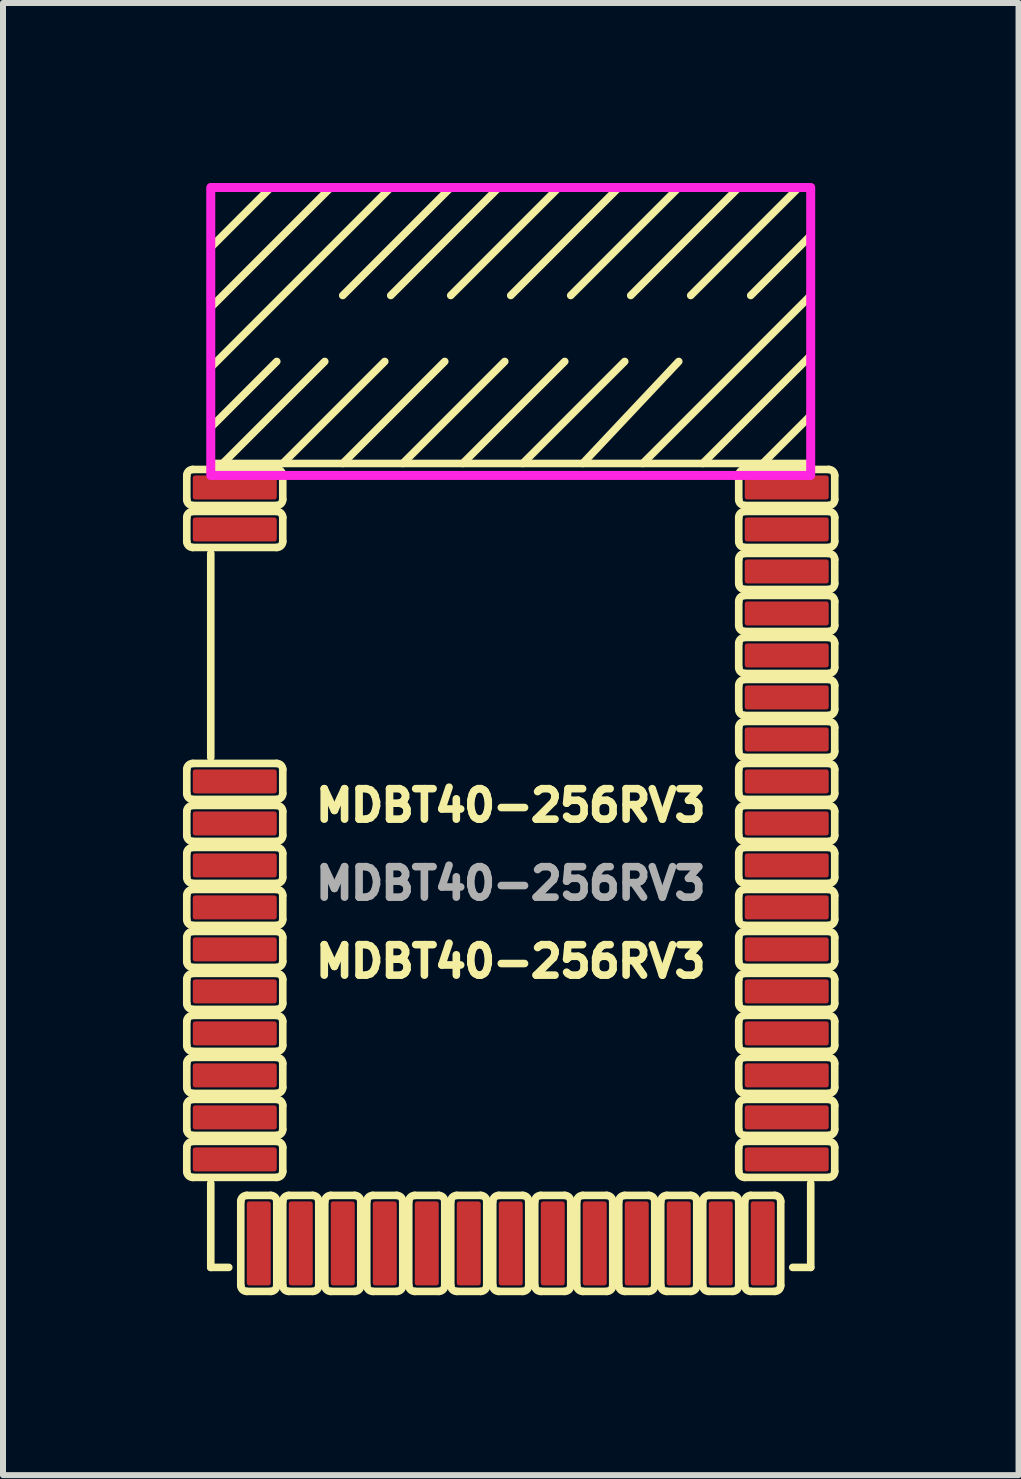
<source format=kicad_pcb>
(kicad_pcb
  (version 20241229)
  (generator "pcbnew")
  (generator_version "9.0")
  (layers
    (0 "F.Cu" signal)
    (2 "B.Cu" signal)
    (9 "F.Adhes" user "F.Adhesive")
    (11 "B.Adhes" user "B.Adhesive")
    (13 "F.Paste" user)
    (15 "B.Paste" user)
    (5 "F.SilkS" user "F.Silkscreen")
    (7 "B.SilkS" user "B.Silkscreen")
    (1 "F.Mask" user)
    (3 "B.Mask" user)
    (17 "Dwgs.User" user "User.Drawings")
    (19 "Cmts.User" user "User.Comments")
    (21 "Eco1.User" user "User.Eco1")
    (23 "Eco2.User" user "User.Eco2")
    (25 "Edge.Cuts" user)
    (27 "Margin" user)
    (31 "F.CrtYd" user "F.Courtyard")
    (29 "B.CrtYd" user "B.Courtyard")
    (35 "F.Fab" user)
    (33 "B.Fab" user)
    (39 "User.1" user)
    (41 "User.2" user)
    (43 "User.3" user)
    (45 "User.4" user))
  (footprint "MDBT40-256RV3"
    (layer "F.Cu")
    (at 5.463 10.675)
    (property "Reference" "MDBT40-256RV3" (at 0 -0.3 180) (layer "F.SilkS") (effects (font (size 0.508 0.508) (thickness 0.127))))
    (attr smd)
    (fp_line (start -5.4 -5.4) (end -5.4 -5.8) (stroke (width 0.127) (type solid)) (layer "F.SilkS"))
    (fp_line (start -5.4 -4.7) (end -5.4 -5.1) (stroke (width 0.127) (type solid)) (layer "F.SilkS"))
    (fp_line (start -5.4 -0.9) (end -5.4 -0.5) (stroke (width 0.127) (type solid)) (layer "F.SilkS"))
    (fp_line (start -5.4 -0.2) (end -5.4 0.2) (stroke (width 0.127) (type solid)) (layer "F.SilkS"))
    (fp_line (start -5.4 0.5) (end -5.4 0.9) (stroke (width 0.127) (type solid)) (layer "F.SilkS"))
    (fp_line (start -5.4 1.2) (end -5.4 1.6) (stroke (width 0.127) (type solid)) (layer "F.SilkS"))
    (fp_line (start -5.4 1.9) (end -5.4 2.3) (stroke (width 0.127) (type solid)) (layer "F.SilkS"))
    (fp_line (start -5.4 2.6) (end -5.4 3) (stroke (width 0.127) (type solid)) (layer "F.SilkS"))
    (fp_line (start -5.4 3.3) (end -5.4 3.7) (stroke (width 0.127) (type solid)) (layer "F.SilkS"))
    (fp_line (start -5.4 4) (end -5.4 4.4) (stroke (width 0.127) (type solid)) (layer "F.SilkS"))
    (fp_line (start -5.4 4.7) (end -5.4 5.1) (stroke (width 0.127) (type solid)) (layer "F.SilkS"))
    (fp_line (start -5.4 5.4) (end -5.4 5.8) (stroke (width 0.127) (type solid)) (layer "F.SilkS"))
    (fp_line (start -5.3 -5.9) (end -3.9 -5.9) (stroke (width 0.127) (type solid)) (layer "F.SilkS"))
    (fp_line (start -5.3 -5.3) (end -3.9 -5.3) (stroke (width 0.127) (type solid)) (layer "F.SilkS"))
    (fp_line (start -5.3 -5.2) (end -3.9 -5.2) (stroke (width 0.127) (type solid)) (layer "F.SilkS"))
    (fp_line (start -5.3 -4.6) (end -3.9 -4.6) (stroke (width 0.127) (type solid)) (layer "F.SilkS"))
    (fp_line (start -5 -10.6) (end -5 -6) (stroke (width 0.127) (type solid)) (layer "F.SilkS"))
    (fp_line (start -5 -10.6) (end 5 -10.6) (stroke (width 0.127) (type solid)) (layer "F.SilkS"))
    (fp_line (start -5 -9.6) (end -4 -10.6) (stroke (width 0.127) (type solid)) (layer "F.SilkS"))
    (fp_line (start -5 -9.1) (end -5 -8.6) (stroke (width 0.127) (type solid)) (layer "F.SilkS"))
    (fp_line (start -5 -8.6) (end -3 -10.6) (stroke (width 0.127) (type solid)) (layer "F.SilkS"))
    (fp_line (start -5 -7.6) (end -2 -10.6) (stroke (width 0.127) (type solid)) (layer "F.SilkS"))
    (fp_line (start -5 -6) (end 5 -6) (stroke (width 0.127) (type solid)) (layer "F.SilkS"))
    (fp_line (start -5 -4.5) (end -5 -1.1) (stroke (width 0.127) (type solid)) (layer "F.SilkS"))
    (fp_line (start -5 6) (end -5 7.4) (stroke (width 0.127) (type solid)) (layer "F.SilkS"))
    (fp_line (start -5 7.4) (end -4.7 7.4) (stroke (width 0.127) (type solid)) (layer "F.SilkS"))
    (fp_line (start -4.5 7.7) (end -4.5 6.3) (stroke (width 0.127) (type solid)) (layer "F.SilkS"))
    (fp_line (start -4 -10.6) (end -3.5 -10.6) (stroke (width 0.127) (type solid)) (layer "F.SilkS"))
    (fp_line (start -4 6.2) (end -4.4 6.2) (stroke (width 0.127) (type solid)) (layer "F.SilkS"))
    (fp_line (start -4 7.8) (end -4.4 7.8) (stroke (width 0.127) (type solid)) (layer "F.SilkS"))
    (fp_line (start -3.9 -7.7) (end -5 -6.6) (stroke (width 0.127) (type solid)) (layer "F.SilkS"))
    (fp_line (start -3.9 -1) (end -5.3 -1) (stroke (width 0.127) (type solid)) (layer "F.SilkS"))
    (fp_line (start -3.9 -0.4) (end -5.3 -0.4) (stroke (width 0.127) (type solid)) (layer "F.SilkS"))
    (fp_line (start -3.9 -0.3) (end -5.3 -0.3) (stroke (width 0.127) (type solid)) (layer "F.SilkS"))
    (fp_line (start -3.9 0.3) (end -5.3 0.3) (stroke (width 0.127) (type solid)) (layer "F.SilkS"))
    (fp_line (start -3.9 0.4) (end -5.3 0.4) (stroke (width 0.127) (type solid)) (layer "F.SilkS"))
    (fp_line (start -3.9 1) (end -5.3 1) (stroke (width 0.127) (type solid)) (layer "F.SilkS"))
    (fp_line (start -3.9 1.1) (end -5.3 1.1) (stroke (width 0.127) (type solid)) (layer "F.SilkS"))
    (fp_line (start -3.9 1.7) (end -5.3 1.7) (stroke (width 0.127) (type solid)) (layer "F.SilkS"))
    (fp_line (start -3.9 1.8) (end -5.3 1.8) (stroke (width 0.127) (type solid)) (layer "F.SilkS"))
    (fp_line (start -3.9 2.4) (end -5.3 2.4) (stroke (width 0.127) (type solid)) (layer "F.SilkS"))
    (fp_line (start -3.9 2.5) (end -5.3 2.5) (stroke (width 0.127) (type solid)) (layer "F.SilkS"))
    (fp_line (start -3.9 3.1) (end -5.3 3.1) (stroke (width 0.127) (type solid)) (layer "F.SilkS"))
    (fp_line (start -3.9 3.2) (end -5.3 3.2) (stroke (width 0.127) (type solid)) (layer "F.SilkS"))
    (fp_line (start -3.9 3.8) (end -5.3 3.8) (stroke (width 0.127) (type solid)) (layer "F.SilkS"))
    (fp_line (start -3.9 3.9) (end -5.3 3.9) (stroke (width 0.127) (type solid)) (layer "F.SilkS"))
    (fp_line (start -3.9 4.5) (end -5.3 4.5) (stroke (width 0.127) (type solid)) (layer "F.SilkS"))
    (fp_line (start -3.9 4.6) (end -5.3 4.6) (stroke (width 0.127) (type solid)) (layer "F.SilkS"))
    (fp_line (start -3.9 5.2) (end -5.3 5.2) (stroke (width 0.127) (type solid)) (layer "F.SilkS"))
    (fp_line (start -3.9 5.3) (end -5.3 5.3) (stroke (width 0.127) (type solid)) (layer "F.SilkS"))
    (fp_line (start -3.9 5.9) (end -5.3 5.9) (stroke (width 0.127) (type solid)) (layer "F.SilkS"))
    (fp_line (start -3.9 7.7) (end -3.9 6.3) (stroke (width 0.127) (type solid)) (layer "F.SilkS"))
    (fp_line (start -3.8 -5.4) (end -3.8 -5.8) (stroke (width 0.127) (type solid)) (layer "F.SilkS"))
    (fp_line (start -3.8 -4.7) (end -3.8 -5.1) (stroke (width 0.127) (type solid)) (layer "F.SilkS"))
    (fp_line (start -3.8 -0.9) (end -3.8 -0.5) (stroke (width 0.127) (type solid)) (layer "F.SilkS"))
    (fp_line (start -3.8 -0.2) (end -3.8 0.2) (stroke (width 0.127) (type solid)) (layer "F.SilkS"))
    (fp_line (start -3.8 0.5) (end -3.8 0.9) (stroke (width 0.127) (type solid)) (layer "F.SilkS"))
    (fp_line (start -3.8 1.2) (end -3.8 1.6) (stroke (width 0.127) (type solid)) (layer "F.SilkS"))
    (fp_line (start -3.8 1.9) (end -3.8 2.3) (stroke (width 0.127) (type solid)) (layer "F.SilkS"))
    (fp_line (start -3.8 2.6) (end -3.8 3) (stroke (width 0.127) (type solid)) (layer "F.SilkS"))
    (fp_line (start -3.8 3.3) (end -3.8 3.7) (stroke (width 0.127) (type solid)) (layer "F.SilkS"))
    (fp_line (start -3.8 4) (end -3.8 4.4) (stroke (width 0.127) (type solid)) (layer "F.SilkS"))
    (fp_line (start -3.8 4.7) (end -3.8 5.1) (stroke (width 0.127) (type solid)) (layer "F.SilkS"))
    (fp_line (start -3.8 5.4) (end -3.8 5.8) (stroke (width 0.127) (type solid)) (layer "F.SilkS"))
    (fp_line (start -3.8 7.7) (end -3.8 6.3) (stroke (width 0.127) (type solid)) (layer "F.SilkS"))
    (fp_line (start -3.3 6.2) (end -3.7 6.2) (stroke (width 0.127) (type solid)) (layer "F.SilkS"))
    (fp_line (start -3.3 7.8) (end -3.7 7.8) (stroke (width 0.127) (type solid)) (layer "F.SilkS"))
    (fp_line (start -3.2 7.7) (end -3.2 6.3) (stroke (width 0.127) (type solid)) (layer "F.SilkS"))
    (fp_line (start -3.1 -7.7) (end -4.8 -6) (stroke (width 0.127) (type solid)) (layer "F.SilkS"))
    (fp_line (start -3.1 7.7) (end -3.1 6.3) (stroke (width 0.127) (type solid)) (layer "F.SilkS"))
    (fp_line (start -2.6 6.2) (end -3 6.2) (stroke (width 0.127) (type solid)) (layer "F.SilkS"))
    (fp_line (start -2.6 7.8) (end -3 7.8) (stroke (width 0.127) (type solid)) (layer "F.SilkS"))
    (fp_line (start -2.5 7.7) (end -2.5 6.3) (stroke (width 0.127) (type solid)) (layer "F.SilkS"))
    (fp_line (start -2.4 7.7) (end -2.4 6.3) (stroke (width 0.127) (type solid)) (layer "F.SilkS"))
    (fp_line (start -2.1 -7.7) (end -3.8 -6) (stroke (width 0.127) (type solid)) (layer "F.SilkS"))
    (fp_line (start -2 -10.6) (end -1 -10.6) (stroke (width 0.127) (type solid)) (layer "F.SilkS"))
    (fp_line (start -1.9 6.2) (end -2.3 6.2) (stroke (width 0.127) (type solid)) (layer "F.SilkS"))
    (fp_line (start -1.9 7.8) (end -2.3 7.8) (stroke (width 0.127) (type solid)) (layer "F.SilkS"))
    (fp_line (start -1.8 7.7) (end -1.8 6.3) (stroke (width 0.127) (type solid)) (layer "F.SilkS"))
    (fp_line (start -1.7 7.7) (end -1.7 6.3) (stroke (width 0.127) (type solid)) (layer "F.SilkS"))
    (fp_line (start -1.2 6.2) (end -1.6 6.2) (stroke (width 0.127) (type solid)) (layer "F.SilkS"))
    (fp_line (start -1.2 7.8) (end -1.6 7.8) (stroke (width 0.127) (type solid)) (layer "F.SilkS"))
    (fp_line (start -1.1 -7.7) (end -2.8 -6) (stroke (width 0.127) (type solid)) (layer "F.SilkS"))
    (fp_line (start -1.1 7.7) (end -1.1 6.3) (stroke (width 0.127) (type solid)) (layer "F.SilkS"))
    (fp_line (start -1 -10.6) (end -2.8 -8.8) (stroke (width 0.127) (type solid)) (layer "F.SilkS"))
    (fp_line (start -1 7.7) (end -1 6.3) (stroke (width 0.127) (type solid)) (layer "F.SilkS"))
    (fp_line (start -0.5 6.2) (end -0.9 6.2) (stroke (width 0.127) (type solid)) (layer "F.SilkS"))
    (fp_line (start -0.5 7.8) (end -0.9 7.8) (stroke (width 0.127) (type solid)) (layer "F.SilkS"))
    (fp_line (start -0.4 7.7) (end -0.4 6.3) (stroke (width 0.127) (type solid)) (layer "F.SilkS"))
    (fp_line (start -0.3 7.7) (end -0.3 6.3) (stroke (width 0.127) (type solid)) (layer "F.SilkS"))
    (fp_line (start -0.2 -10.6) (end -2 -8.8) (stroke (width 0.127) (type solid)) (layer "F.SilkS"))
    (fp_line (start -0.1 -7.7) (end -1.8 -6) (stroke (width 0.127) (type solid)) (layer "F.SilkS"))
    (fp_line (start 0.2 6.2) (end -0.2 6.2) (stroke (width 0.127) (type solid)) (layer "F.SilkS"))
    (fp_line (start 0.2 7.8) (end -0.2 7.8) (stroke (width 0.127) (type solid)) (layer "F.SilkS"))
    (fp_line (start 0.3 7.7) (end 0.3 6.3) (stroke (width 0.127) (type solid)) (layer "F.SilkS"))
    (fp_line (start 0.4 7.7) (end 0.4 6.3) (stroke (width 0.127) (type solid)) (layer "F.SilkS"))
    (fp_line (start 0.8 -10.6) (end -1 -8.8) (stroke (width 0.127) (type solid)) (layer "F.SilkS"))
    (fp_line (start 0.9 -7.7) (end -0.8 -6) (stroke (width 0.127) (type solid)) (layer "F.SilkS"))
    (fp_line (start 0.9 6.2) (end 0.5 6.2) (stroke (width 0.127) (type solid)) (layer "F.SilkS"))
    (fp_line (start 0.9 7.8) (end 0.5 7.8) (stroke (width 0.127) (type solid)) (layer "F.SilkS"))
    (fp_line (start 1 7.7) (end 1 6.3) (stroke (width 0.127) (type solid)) (layer "F.SilkS"))
    (fp_line (start 1.1 7.7) (end 1.1 6.3) (stroke (width 0.127) (type solid)) (layer "F.SilkS"))
    (fp_line (start 1.2 -6) (end 2.8 -7.7) (stroke (width 0.127) (type solid)) (layer "F.SilkS"))
    (fp_line (start 1.6 6.2) (end 1.2 6.2) (stroke (width 0.127) (type solid)) (layer "F.SilkS"))
    (fp_line (start 1.6 7.8) (end 1.2 7.8) (stroke (width 0.127) (type solid)) (layer "F.SilkS"))
    (fp_line (start 1.7 7.7) (end 1.7 6.3) (stroke (width 0.127) (type solid)) (layer "F.SilkS"))
    (fp_line (start 1.8 -10.6) (end 0 -8.8) (stroke (width 0.127) (type solid)) (layer "F.SilkS"))
    (fp_line (start 1.8 7.7) (end 1.8 6.3) (stroke (width 0.127) (type solid)) (layer "F.SilkS"))
    (fp_line (start 1.9 -7.7) (end 0.2 -6) (stroke (width 0.127) (type solid)) (layer "F.SilkS"))
    (fp_line (start 2.3 6.2) (end 1.9 6.2) (stroke (width 0.127) (type solid)) (layer "F.SilkS"))
    (fp_line (start 2.3 7.8) (end 1.9 7.8) (stroke (width 0.127) (type solid)) (layer "F.SilkS"))
    (fp_line (start 2.4 7.7) (end 2.4 6.3) (stroke (width 0.127) (type solid)) (layer "F.SilkS"))
    (fp_line (start 2.5 7.7) (end 2.5 6.3) (stroke (width 0.127) (type solid)) (layer "F.SilkS"))
    (fp_line (start 2.8 -10.6) (end 1 -8.8) (stroke (width 0.127) (type solid)) (layer "F.SilkS"))
    (fp_line (start 3 6.2) (end 2.6 6.2) (stroke (width 0.127) (type solid)) (layer "F.SilkS"))
    (fp_line (start 3 7.8) (end 2.6 7.8) (stroke (width 0.127) (type solid)) (layer "F.SilkS"))
    (fp_line (start 3.1 7.7) (end 3.1 6.3) (stroke (width 0.127) (type solid)) (layer "F.SilkS"))
    (fp_line (start 3.2 7.7) (end 3.2 6.3) (stroke (width 0.127) (type solid)) (layer "F.SilkS"))
    (fp_line (start 3.7 6.2) (end 3.3 6.2) (stroke (width 0.127) (type solid)) (layer "F.SilkS"))
    (fp_line (start 3.7 7.8) (end 3.3 7.8) (stroke (width 0.127) (type solid)) (layer "F.SilkS"))
    (fp_line (start 3.8 -10.6) (end 2 -8.8) (stroke (width 0.127) (type solid)) (layer "F.SilkS"))
    (fp_line (start 3.8 -5.4) (end 3.8 -5.8) (stroke (width 0.127) (type solid)) (layer "F.SilkS"))
    (fp_line (start 3.8 -4.7) (end 3.8 -5.1) (stroke (width 0.127) (type solid)) (layer "F.SilkS"))
    (fp_line (start 3.8 -4) (end 3.8 -4.4) (stroke (width 0.127) (type solid)) (layer "F.SilkS"))
    (fp_line (start 3.8 -3.3) (end 3.8 -3.7) (stroke (width 0.127) (type solid)) (layer "F.SilkS"))
    (fp_line (start 3.8 -2.6) (end 3.8 -3) (stroke (width 0.127) (type solid)) (layer "F.SilkS"))
    (fp_line (start 3.8 -1.9) (end 3.8 -2.3) (stroke (width 0.127) (type solid)) (layer "F.SilkS"))
    (fp_line (start 3.8 -1.2) (end 3.8 -1.6) (stroke (width 0.127) (type solid)) (layer "F.SilkS"))
    (fp_line (start 3.8 -0.5) (end 3.8 -0.9) (stroke (width 0.127) (type solid)) (layer "F.SilkS"))
    (fp_line (start 3.8 0.2) (end 3.8 -0.2) (stroke (width 0.127) (type solid)) (layer "F.SilkS"))
    (fp_line (start 3.8 0.9) (end 3.8 0.5) (stroke (width 0.127) (type solid)) (layer "F.SilkS"))
    (fp_line (start 3.8 1.6) (end 3.8 1.2) (stroke (width 0.127) (type solid)) (layer "F.SilkS"))
    (fp_line (start 3.8 2.3) (end 3.8 1.9) (stroke (width 0.127) (type solid)) (layer "F.SilkS"))
    (fp_line (start 3.8 3) (end 3.8 2.6) (stroke (width 0.127) (type solid)) (layer "F.SilkS"))
    (fp_line (start 3.8 3.7) (end 3.8 3.3) (stroke (width 0.127) (type solid)) (layer "F.SilkS"))
    (fp_line (start 3.8 4.4) (end 3.8 4) (stroke (width 0.127) (type solid)) (layer "F.SilkS"))
    (fp_line (start 3.8 5.1) (end 3.8 4.7) (stroke (width 0.127) (type solid)) (layer "F.SilkS"))
    (fp_line (start 3.8 5.8) (end 3.8 5.4) (stroke (width 0.127) (type solid)) (layer "F.SilkS"))
    (fp_line (start 3.8 7.7) (end 3.8 6.3) (stroke (width 0.127) (type solid)) (layer "F.SilkS"))
    (fp_line (start 3.9 -5.9) (end 5.3 -5.9) (stroke (width 0.127) (type solid)) (layer "F.SilkS"))
    (fp_line (start 3.9 -5.3) (end 5.3 -5.3) (stroke (width 0.127) (type solid)) (layer "F.SilkS"))
    (fp_line (start 3.9 -5.2) (end 5.3 -5.2) (stroke (width 0.127) (type solid)) (layer "F.SilkS"))
    (fp_line (start 3.9 -4.6) (end 5.3 -4.6) (stroke (width 0.127) (type solid)) (layer "F.SilkS"))
    (fp_line (start 3.9 -4.5) (end 5.3 -4.5) (stroke (width 0.127) (type solid)) (layer "F.SilkS"))
    (fp_line (start 3.9 -3.9) (end 5.3 -3.9) (stroke (width 0.127) (type solid)) (layer "F.SilkS"))
    (fp_line (start 3.9 -3.8) (end 5.3 -3.8) (stroke (width 0.127) (type solid)) (layer "F.SilkS"))
    (fp_line (start 3.9 -3.2) (end 5.3 -3.2) (stroke (width 0.127) (type solid)) (layer "F.SilkS"))
    (fp_line (start 3.9 -3.1) (end 5.3 -3.1) (stroke (width 0.127) (type solid)) (layer "F.SilkS"))
    (fp_line (start 3.9 -2.5) (end 5.3 -2.5) (stroke (width 0.127) (type solid)) (layer "F.SilkS"))
    (fp_line (start 3.9 -2.4) (end 5.3 -2.4) (stroke (width 0.127) (type solid)) (layer "F.SilkS"))
    (fp_line (start 3.9 -1.8) (end 5.3 -1.8) (stroke (width 0.127) (type solid)) (layer "F.SilkS"))
    (fp_line (start 3.9 -1.7) (end 5.3 -1.7) (stroke (width 0.127) (type solid)) (layer "F.SilkS"))
    (fp_line (start 3.9 -1.1) (end 5.3 -1.1) (stroke (width 0.127) (type solid)) (layer "F.SilkS"))
    (fp_line (start 3.9 -1) (end 5.3 -1) (stroke (width 0.127) (type solid)) (layer "F.SilkS"))
    (fp_line (start 3.9 -0.4) (end 5.3 -0.4) (stroke (width 0.127) (type solid)) (layer "F.SilkS"))
    (fp_line (start 3.9 -0.3) (end 5.3 -0.3) (stroke (width 0.127) (type solid)) (layer "F.SilkS"))
    (fp_line (start 3.9 0.3) (end 5.3 0.3) (stroke (width 0.127) (type solid)) (layer "F.SilkS"))
    (fp_line (start 3.9 0.4) (end 5.3 0.4) (stroke (width 0.127) (type solid)) (layer "F.SilkS"))
    (fp_line (start 3.9 1) (end 5.3 1) (stroke (width 0.127) (type solid)) (layer "F.SilkS"))
    (fp_line (start 3.9 1.1) (end 5.3 1.1) (stroke (width 0.127) (type solid)) (layer "F.SilkS"))
    (fp_line (start 3.9 1.7) (end 5.3 1.7) (stroke (width 0.127) (type solid)) (layer "F.SilkS"))
    (fp_line (start 3.9 1.8) (end 5.3 1.8) (stroke (width 0.127) (type solid)) (layer "F.SilkS"))
    (fp_line (start 3.9 2.4) (end 5.3 2.4) (stroke (width 0.127) (type solid)) (layer "F.SilkS"))
    (fp_line (start 3.9 2.5) (end 5.3 2.5) (stroke (width 0.127) (type solid)) (layer "F.SilkS"))
    (fp_line (start 3.9 3.1) (end 5.3 3.1) (stroke (width 0.127) (type solid)) (layer "F.SilkS"))
    (fp_line (start 3.9 3.2) (end 5.3 3.2) (stroke (width 0.127) (type solid)) (layer "F.SilkS"))
    (fp_line (start 3.9 3.8) (end 5.3 3.8) (stroke (width 0.127) (type solid)) (layer "F.SilkS"))
    (fp_line (start 3.9 3.9) (end 5.3 3.9) (stroke (width 0.127) (type solid)) (layer "F.SilkS"))
    (fp_line (start 3.9 4.5) (end 5.3 4.5) (stroke (width 0.127) (type solid)) (layer "F.SilkS"))
    (fp_line (start 3.9 4.6) (end 5.3 4.6) (stroke (width 0.127) (type solid)) (layer "F.SilkS"))
    (fp_line (start 3.9 5.2) (end 5.3 5.2) (stroke (width 0.127) (type solid)) (layer "F.SilkS"))
    (fp_line (start 3.9 5.3) (end 5.3 5.3) (stroke (width 0.127) (type solid)) (layer "F.SilkS"))
    (fp_line (start 3.9 5.9) (end 5.3 5.9) (stroke (width 0.127) (type solid)) (layer "F.SilkS"))
    (fp_line (start 3.9 7.7) (end 3.9 6.3) (stroke (width 0.127) (type solid)) (layer "F.SilkS"))
    (fp_line (start 4 -8.8) (end 5 -9.8) (stroke (width 0.127) (type solid)) (layer "F.SilkS"))
    (fp_line (start 4.4 6.2) (end 4 6.2) (stroke (width 0.127) (type solid)) (layer "F.SilkS"))
    (fp_line (start 4.4 7.8) (end 4 7.8) (stroke (width 0.127) (type solid)) (layer "F.SilkS"))
    (fp_line (start 4.5 7.7) (end 4.5 6.3) (stroke (width 0.127) (type solid)) (layer "F.SilkS"))
    (fp_line (start 4.7 7.4) (end 5 7.4) (stroke (width 0.127) (type solid)) (layer "F.SilkS"))
    (fp_line (start 4.8 -10.6) (end 3 -8.8) (stroke (width 0.127) (type solid)) (layer "F.SilkS"))
    (fp_line (start 5 -8.8) (end 2.2 -6) (stroke (width 0.127) (type solid)) (layer "F.SilkS"))
    (fp_line (start 5 -7.8) (end 3.2 -6) (stroke (width 0.127) (type solid)) (layer "F.SilkS"))
    (fp_line (start 5 -6.8) (end 4.2 -6) (stroke (width 0.127) (type solid)) (layer "F.SilkS"))
    (fp_line (start 5 -6) (end 5 -10.6) (stroke (width 0.127) (type solid)) (layer "F.SilkS"))
    (fp_line (start 5 7.4) (end 5 6) (stroke (width 0.127) (type solid)) (layer "F.SilkS"))
    (fp_line (start 5.4 -5.4) (end 5.4 -5.8) (stroke (width 0.127) (type solid)) (layer "F.SilkS"))
    (fp_line (start 5.4 -4.7) (end 5.4 -5.1) (stroke (width 0.127) (type solid)) (layer "F.SilkS"))
    (fp_line (start 5.4 -4) (end 5.4 -4.4) (stroke (width 0.127) (type solid)) (layer "F.SilkS"))
    (fp_line (start 5.4 -3.3) (end 5.4 -3.7) (stroke (width 0.127) (type solid)) (layer "F.SilkS"))
    (fp_line (start 5.4 -2.6) (end 5.4 -3) (stroke (width 0.127) (type solid)) (layer "F.SilkS"))
    (fp_line (start 5.4 -1.9) (end 5.4 -2.3) (stroke (width 0.127) (type solid)) (layer "F.SilkS"))
    (fp_line (start 5.4 -1.2) (end 5.4 -1.6) (stroke (width 0.127) (type solid)) (layer "F.SilkS"))
    (fp_line (start 5.4 -0.5) (end 5.4 -0.9) (stroke (width 0.127) (type solid)) (layer "F.SilkS"))
    (fp_line (start 5.4 0.2) (end 5.4 -0.2) (stroke (width 0.127) (type solid)) (layer "F.SilkS"))
    (fp_line (start 5.4 0.9) (end 5.4 0.5) (stroke (width 0.127) (type solid)) (layer "F.SilkS"))
    (fp_line (start 5.4 1.6) (end 5.4 1.2) (stroke (width 0.127) (type solid)) (layer "F.SilkS"))
    (fp_line (start 5.4 2.3) (end 5.4 1.9) (stroke (width 0.127) (type solid)) (layer "F.SilkS"))
    (fp_line (start 5.4 3) (end 5.4 2.6) (stroke (width 0.127) (type solid)) (layer "F.SilkS"))
    (fp_line (start 5.4 3.7) (end 5.4 3.3) (stroke (width 0.127) (type solid)) (layer "F.SilkS"))
    (fp_line (start 5.4 4.4) (end 5.4 4) (stroke (width 0.127) (type solid)) (layer "F.SilkS"))
    (fp_line (start 5.4 5.1) (end 5.4 4.7) (stroke (width 0.127) (type solid)) (layer "F.SilkS"))
    (fp_line (start 5.4 5.8) (end 5.4 5.4) (stroke (width 0.127) (type solid)) (layer "F.SilkS"))
    (fp_arc (start -5.4 -5.8) (mid -5.370711 -5.870711) (end -5.3 -5.9) (stroke (width 0.127) (type solid)) (layer "F.SilkS"))
    (fp_arc (start -5.4 -5.1) (mid -5.370711 -5.170711) (end -5.3 -5.2) (stroke (width 0.127) (type solid)) (layer "F.SilkS"))
    (fp_arc (start -5.4 -0.9) (mid -5.370711 -0.970711) (end -5.3 -1) (stroke (width 0.127) (type solid)) (layer "F.SilkS"))
    (fp_arc (start -5.4 -0.2) (mid -5.370711 -0.270711) (end -5.3 -0.3) (stroke (width 0.127) (type solid)) (layer "F.SilkS"))
    (fp_arc (start -5.4 0.5) (mid -5.370711 0.429289) (end -5.3 0.4) (stroke (width 0.127) (type solid)) (layer "F.SilkS"))
    (fp_arc (start -5.4 1.2) (mid -5.370711 1.129289) (end -5.3 1.1) (stroke (width 0.127) (type solid)) (layer "F.SilkS"))
    (fp_arc (start -5.4 1.9) (mid -5.370711 1.829289) (end -5.3 1.8) (stroke (width 0.127) (type solid)) (layer "F.SilkS"))
    (fp_arc (start -5.4 2.6) (mid -5.370711 2.529289) (end -5.3 2.5) (stroke (width 0.127) (type solid)) (layer "F.SilkS"))
    (fp_arc (start -5.4 3.3) (mid -5.370711 3.229289) (end -5.3 3.2) (stroke (width 0.127) (type solid)) (layer "F.SilkS"))
    (fp_arc (start -5.4 4) (mid -5.370711 3.929289) (end -5.3 3.9) (stroke (width 0.127) (type solid)) (layer "F.SilkS"))
    (fp_arc (start -5.4 4.7) (mid -5.370711 4.629289) (end -5.3 4.6) (stroke (width 0.127) (type solid)) (layer "F.SilkS"))
    (fp_arc (start -5.4 5.4) (mid -5.370711 5.329289) (end -5.3 5.3) (stroke (width 0.127) (type solid)) (layer "F.SilkS"))
    (fp_arc (start -5.3 -5.3) (mid -5.370711 -5.329289) (end -5.4 -5.4) (stroke (width 0.127) (type solid)) (layer "F.SilkS"))
    (fp_arc (start -5.3 -4.6) (mid -5.370711 -4.629289) (end -5.4 -4.7) (stroke (width 0.127) (type solid)) (layer "F.SilkS"))
    (fp_arc (start -5.3 -0.4) (mid -5.370711 -0.429289) (end -5.4 -0.5) (stroke (width 0.127) (type solid)) (layer "F.SilkS"))
    (fp_arc (start -5.3 0.3) (mid -5.370711 0.270711) (end -5.4 0.2) (stroke (width 0.127) (type solid)) (layer "F.SilkS"))
    (fp_arc (start -5.3 1) (mid -5.370711 0.970711) (end -5.4 0.9) (stroke (width 0.127) (type solid)) (layer "F.SilkS"))
    (fp_arc (start -5.3 1.7) (mid -5.370711 1.670711) (end -5.4 1.6) (stroke (width 0.127) (type solid)) (layer "F.SilkS"))
    (fp_arc (start -5.3 2.4) (mid -5.370711 2.370711) (end -5.4 2.3) (stroke (width 0.127) (type solid)) (layer "F.SilkS"))
    (fp_arc (start -5.3 3.1) (mid -5.370711 3.070711) (end -5.4 3) (stroke (width 0.127) (type solid)) (layer "F.SilkS"))
    (fp_arc (start -5.3 3.8) (mid -5.370711 3.770711) (end -5.4 3.7) (stroke (width 0.127) (type solid)) (layer "F.SilkS"))
    (fp_arc (start -5.3 4.5) (mid -5.370711 4.470711) (end -5.4 4.4) (stroke (width 0.127) (type solid)) (layer "F.SilkS"))
    (fp_arc (start -5.3 5.2) (mid -5.370711 5.170711) (end -5.4 5.1) (stroke (width 0.127) (type solid)) (layer "F.SilkS"))
    (fp_arc (start -5.3 5.9) (mid -5.370711 5.870711) (end -5.4 5.8) (stroke (width 0.127) (type solid)) (layer "F.SilkS"))
    (fp_arc (start -4.5 6.3) (mid -4.470711 6.229289) (end -4.4 6.2) (stroke (width 0.127) (type solid)) (layer "F.SilkS"))
    (fp_arc (start -4.4 7.8) (mid -4.470711 7.770711) (end -4.5 7.7) (stroke (width 0.127) (type solid)) (layer "F.SilkS"))
    (fp_arc (start -4 6.2) (mid -3.929289 6.229289) (end -3.9 6.3) (stroke (width 0.127) (type solid)) (layer "F.SilkS"))
    (fp_arc (start -3.9 -5.9) (mid -3.829289 -5.870711) (end -3.8 -5.8) (stroke (width 0.127) (type solid)) (layer "F.SilkS"))
    (fp_arc (start -3.9 -5.2) (mid -3.829289 -5.170711) (end -3.8 -5.1) (stroke (width 0.127) (type solid)) (layer "F.SilkS"))
    (fp_arc (start -3.9 -1) (mid -3.829289 -0.970711) (end -3.8 -0.9) (stroke (width 0.127) (type solid)) (layer "F.SilkS"))
    (fp_arc (start -3.9 -0.3) (mid -3.829289 -0.270711) (end -3.8 -0.2) (stroke (width 0.127) (type solid)) (layer "F.SilkS"))
    (fp_arc (start -3.9 0.4) (mid -3.829289 0.429289) (end -3.8 0.5) (stroke (width 0.127) (type solid)) (layer "F.SilkS"))
    (fp_arc (start -3.9 1.1) (mid -3.829289 1.129289) (end -3.8 1.2) (stroke (width 0.127) (type solid)) (layer "F.SilkS"))
    (fp_arc (start -3.9 1.8) (mid -3.829289 1.829289) (end -3.8 1.9) (stroke (width 0.127) (type solid)) (layer "F.SilkS"))
    (fp_arc (start -3.9 2.5) (mid -3.829289 2.529289) (end -3.8 2.6) (stroke (width 0.127) (type solid)) (layer "F.SilkS"))
    (fp_arc (start -3.9 3.2) (mid -3.829289 3.229289) (end -3.8 3.3) (stroke (width 0.127) (type solid)) (layer "F.SilkS"))
    (fp_arc (start -3.9 3.9) (mid -3.829289 3.929289) (end -3.8 4) (stroke (width 0.127) (type solid)) (layer "F.SilkS"))
    (fp_arc (start -3.9 4.6) (mid -3.829289 4.629289) (end -3.8 4.7) (stroke (width 0.127) (type solid)) (layer "F.SilkS"))
    (fp_arc (start -3.9 5.3) (mid -3.829289 5.329289) (end -3.8 5.4) (stroke (width 0.127) (type solid)) (layer "F.SilkS"))
    (fp_arc (start -3.9 7.7) (mid -3.929289 7.770711) (end -4 7.8) (stroke (width 0.127) (type solid)) (layer "F.SilkS"))
    (fp_arc (start -3.8 -5.4) (mid -3.829289 -5.329289) (end -3.9 -5.3) (stroke (width 0.127) (type solid)) (layer "F.SilkS"))
    (fp_arc (start -3.8 -4.7) (mid -3.829289 -4.629289) (end -3.9 -4.6) (stroke (width 0.127) (type solid)) (layer "F.SilkS"))
    (fp_arc (start -3.8 -0.5) (mid -3.829289 -0.429289) (end -3.9 -0.4) (stroke (width 0.127) (type solid)) (layer "F.SilkS"))
    (fp_arc (start -3.8 0.2) (mid -3.829289 0.270711) (end -3.9 0.3) (stroke (width 0.127) (type solid)) (layer "F.SilkS"))
    (fp_arc (start -3.8 0.9) (mid -3.829289 0.970711) (end -3.9 1) (stroke (width 0.127) (type solid)) (layer "F.SilkS"))
    (fp_arc (start -3.8 1.6) (mid -3.829289 1.670711) (end -3.9 1.7) (stroke (width 0.127) (type solid)) (layer "F.SilkS"))
    (fp_arc (start -3.8 2.3) (mid -3.829289 2.370711) (end -3.9 2.4) (stroke (width 0.127) (type solid)) (layer "F.SilkS"))
    (fp_arc (start -3.8 3) (mid -3.829289 3.070711) (end -3.9 3.1) (stroke (width 0.127) (type solid)) (layer "F.SilkS"))
    (fp_arc (start -3.8 3.7) (mid -3.829289 3.770711) (end -3.9 3.8) (stroke (width 0.127) (type solid)) (layer "F.SilkS"))
    (fp_arc (start -3.8 4.4) (mid -3.829289 4.470711) (end -3.9 4.5) (stroke (width 0.127) (type solid)) (layer "F.SilkS"))
    (fp_arc (start -3.8 5.1) (mid -3.829289 5.170711) (end -3.9 5.2) (stroke (width 0.127) (type solid)) (layer "F.SilkS"))
    (fp_arc (start -3.8 5.8) (mid -3.829289 5.870711) (end -3.9 5.9) (stroke (width 0.127) (type solid)) (layer "F.SilkS"))
    (fp_arc (start -3.8 6.3) (mid -3.770711 6.229289) (end -3.7 6.2) (stroke (width 0.127) (type solid)) (layer "F.SilkS"))
    (fp_arc (start -3.7 7.8) (mid -3.770711 7.770711) (end -3.8 7.7) (stroke (width 0.127) (type solid)) (layer "F.SilkS"))
    (fp_arc (start -3.3 6.2) (mid -3.229289 6.229289) (end -3.2 6.3) (stroke (width 0.127) (type solid)) (layer "F.SilkS"))
    (fp_arc (start -3.2 7.7) (mid -3.229289 7.770711) (end -3.3 7.8) (stroke (width 0.127) (type solid)) (layer "F.SilkS"))
    (fp_arc (start -3.1 6.3) (mid -3.070711 6.229289) (end -3 6.2) (stroke (width 0.127) (type solid)) (layer "F.SilkS"))
    (fp_arc (start -3 7.8) (mid -3.070711 7.770711) (end -3.1 7.7) (stroke (width 0.127) (type solid)) (layer "F.SilkS"))
    (fp_arc (start -2.6 6.2) (mid -2.529289 6.229289) (end -2.5 6.3) (stroke (width 0.127) (type solid)) (layer "F.SilkS"))
    (fp_arc (start -2.5 7.7) (mid -2.529289 7.770711) (end -2.6 7.8) (stroke (width 0.127) (type solid)) (layer "F.SilkS"))
    (fp_arc (start -2.4 6.3) (mid -2.370711 6.229289) (end -2.3 6.2) (stroke (width 0.127) (type solid)) (layer "F.SilkS"))
    (fp_arc (start -2.3 7.8) (mid -2.370711 7.770711) (end -2.4 7.7) (stroke (width 0.127) (type solid)) (layer "F.SilkS"))
    (fp_arc (start -1.9 6.2) (mid -1.829289 6.229289) (end -1.8 6.3) (stroke (width 0.127) (type solid)) (layer "F.SilkS"))
    (fp_arc (start -1.8 7.7) (mid -1.829289 7.770711) (end -1.9 7.8) (stroke (width 0.127) (type solid)) (layer "F.SilkS"))
    (fp_arc (start -1.7 6.3) (mid -1.670711 6.229289) (end -1.6 6.2) (stroke (width 0.127) (type solid)) (layer "F.SilkS"))
    (fp_arc (start -1.6 7.8) (mid -1.670711 7.770711) (end -1.7 7.7) (stroke (width 0.127) (type solid)) (layer "F.SilkS"))
    (fp_arc (start -1.2 6.2) (mid -1.129289 6.229289) (end -1.1 6.3) (stroke (width 0.127) (type solid)) (layer "F.SilkS"))
    (fp_arc (start -1.1 7.7) (mid -1.129289 7.770711) (end -1.2 7.8) (stroke (width 0.127) (type solid)) (layer "F.SilkS"))
    (fp_arc (start -1 6.3) (mid -0.970711 6.229289) (end -0.9 6.2) (stroke (width 0.127) (type solid)) (layer "F.SilkS"))
    (fp_arc (start -0.9 7.8) (mid -0.970711 7.770711) (end -1 7.7) (stroke (width 0.127) (type solid)) (layer "F.SilkS"))
    (fp_arc (start -0.5 6.2) (mid -0.429289 6.229289) (end -0.4 6.3) (stroke (width 0.127) (type solid)) (layer "F.SilkS"))
    (fp_arc (start -0.4 7.7) (mid -0.429289 7.770711) (end -0.5 7.8) (stroke (width 0.127) (type solid)) (layer "F.SilkS"))
    (fp_arc (start -0.3 6.3) (mid -0.270711 6.229289) (end -0.2 6.2) (stroke (width 0.127) (type solid)) (layer "F.SilkS"))
    (fp_arc (start -0.2 7.8) (mid -0.270711 7.770711) (end -0.3 7.7) (stroke (width 0.127) (type solid)) (layer "F.SilkS"))
    (fp_arc (start 0.2 6.2) (mid 0.270711 6.229289) (end 0.3 6.3) (stroke (width 0.127) (type solid)) (layer "F.SilkS"))
    (fp_arc (start 0.3 7.7) (mid 0.270711 7.770711) (end 0.2 7.8) (stroke (width 0.127) (type solid)) (layer "F.SilkS"))
    (fp_arc (start 0.4 6.3) (mid 0.429289 6.229289) (end 0.5 6.2) (stroke (width 0.127) (type solid)) (layer "F.SilkS"))
    (fp_arc (start 0.5 7.8) (mid 0.429289 7.770711) (end 0.4 7.7) (stroke (width 0.127) (type solid)) (layer "F.SilkS"))
    (fp_arc (start 0.9 6.2) (mid 0.970711 6.229289) (end 1 6.3) (stroke (width 0.127) (type solid)) (layer "F.SilkS"))
    (fp_arc (start 1 7.7) (mid 0.970711 7.770711) (end 0.9 7.8) (stroke (width 0.127) (type solid)) (layer "F.SilkS"))
    (fp_arc (start 1.1 6.3) (mid 1.129289 6.229289) (end 1.2 6.2) (stroke (width 0.127) (type solid)) (layer "F.SilkS"))
    (fp_arc (start 1.2 7.8) (mid 1.129289 7.770711) (end 1.1 7.7) (stroke (width 0.127) (type solid)) (layer "F.SilkS"))
    (fp_arc (start 1.6 6.2) (mid 1.670711 6.229289) (end 1.7 6.3) (stroke (width 0.127) (type solid)) (layer "F.SilkS"))
    (fp_arc (start 1.7 7.7) (mid 1.670711 7.770711) (end 1.6 7.8) (stroke (width 0.127) (type solid)) (layer "F.SilkS"))
    (fp_arc (start 1.8 6.3) (mid 1.829289 6.229289) (end 1.9 6.2) (stroke (width 0.127) (type solid)) (layer "F.SilkS"))
    (fp_arc (start 1.9 7.8) (mid 1.829289 7.770711) (end 1.8 7.7) (stroke (width 0.127) (type solid)) (layer "F.SilkS"))
    (fp_arc (start 2.3 6.2) (mid 2.370711 6.229289) (end 2.4 6.3) (stroke (width 0.127) (type solid)) (layer "F.SilkS"))
    (fp_arc (start 2.4 7.7) (mid 2.370711 7.770711) (end 2.3 7.8) (stroke (width 0.127) (type solid)) (layer "F.SilkS"))
    (fp_arc (start 2.5 6.3) (mid 2.529289 6.229289) (end 2.6 6.2) (stroke (width 0.127) (type solid)) (layer "F.SilkS"))
    (fp_arc (start 2.6 7.8) (mid 2.529289 7.770711) (end 2.5 7.7) (stroke (width 0.127) (type solid)) (layer "F.SilkS"))
    (fp_arc (start 3 6.2) (mid 3.070711 6.229289) (end 3.1 6.3) (stroke (width 0.127) (type solid)) (layer "F.SilkS"))
    (fp_arc (start 3.1 7.7) (mid 3.070711 7.770711) (end 3 7.8) (stroke (width 0.127) (type solid)) (layer "F.SilkS"))
    (fp_arc (start 3.2 6.3) (mid 3.229289 6.229289) (end 3.3 6.2) (stroke (width 0.127) (type solid)) (layer "F.SilkS"))
    (fp_arc (start 3.3 7.8) (mid 3.229289 7.770711) (end 3.2 7.7) (stroke (width 0.127) (type solid)) (layer "F.SilkS"))
    (fp_arc (start 3.7 6.2) (mid 3.770711 6.229289) (end 3.8 6.3) (stroke (width 0.127) (type solid)) (layer "F.SilkS"))
    (fp_arc (start 3.8 -5.8) (mid 3.829289 -5.870711) (end 3.9 -5.9) (stroke (width 0.127) (type solid)) (layer "F.SilkS"))
    (fp_arc (start 3.8 -5.1) (mid 3.829289 -5.170711) (end 3.9 -5.2) (stroke (width 0.127) (type solid)) (layer "F.SilkS"))
    (fp_arc (start 3.8 -4.4) (mid 3.829289 -4.470711) (end 3.9 -4.5) (stroke (width 0.127) (type solid)) (layer "F.SilkS"))
    (fp_arc (start 3.8 -3.7) (mid 3.829289 -3.770711) (end 3.9 -3.8) (stroke (width 0.127) (type solid)) (layer "F.SilkS"))
    (fp_arc (start 3.8 -3) (mid 3.829289 -3.070711) (end 3.9 -3.1) (stroke (width 0.127) (type solid)) (layer "F.SilkS"))
    (fp_arc (start 3.8 -2.3) (mid 3.829289 -2.370711) (end 3.9 -2.4) (stroke (width 0.127) (type solid)) (layer "F.SilkS"))
    (fp_arc (start 3.8 -1.6) (mid 3.829289 -1.670711) (end 3.9 -1.7) (stroke (width 0.127) (type solid)) (layer "F.SilkS"))
    (fp_arc (start 3.8 -0.9) (mid 3.829289 -0.970711) (end 3.9 -1) (stroke (width 0.127) (type solid)) (layer "F.SilkS"))
    (fp_arc (start 3.8 -0.2) (mid 3.829289 -0.270711) (end 3.9 -0.3) (stroke (width 0.127) (type solid)) (layer "F.SilkS"))
    (fp_arc (start 3.8 0.5) (mid 3.829289 0.429289) (end 3.9 0.4) (stroke (width 0.127) (type solid)) (layer "F.SilkS"))
    (fp_arc (start 3.8 1.2) (mid 3.829289 1.129289) (end 3.9 1.1) (stroke (width 0.127) (type solid)) (layer "F.SilkS"))
    (fp_arc (start 3.8 1.9) (mid 3.829289 1.829289) (end 3.9 1.8) (stroke (width 0.127) (type solid)) (layer "F.SilkS"))
    (fp_arc (start 3.8 2.6) (mid 3.829289 2.529289) (end 3.9 2.5) (stroke (width 0.127) (type solid)) (layer "F.SilkS"))
    (fp_arc (start 3.8 3.3) (mid 3.829289 3.229289) (end 3.9 3.2) (stroke (width 0.127) (type solid)) (layer "F.SilkS"))
    (fp_arc (start 3.8 4) (mid 3.829289 3.929289) (end 3.9 3.9) (stroke (width 0.127) (type solid)) (layer "F.SilkS"))
    (fp_arc (start 3.8 4.7) (mid 3.829289 4.629289) (end 3.9 4.6) (stroke (width 0.127) (type solid)) (layer "F.SilkS"))
    (fp_arc (start 3.8 5.4) (mid 3.829289 5.329289) (end 3.9 5.3) (stroke (width 0.127) (type solid)) (layer "F.SilkS"))
    (fp_arc (start 3.8 7.7) (mid 3.770711 7.770711) (end 3.7 7.8) (stroke (width 0.127) (type solid)) (layer "F.SilkS"))
    (fp_arc (start 3.9 -5.3) (mid 3.829289 -5.329289) (end 3.8 -5.4) (stroke (width 0.127) (type solid)) (layer "F.SilkS"))
    (fp_arc (start 3.9 -4.6) (mid 3.829289 -4.629289) (end 3.8 -4.7) (stroke (width 0.127) (type solid)) (layer "F.SilkS"))
    (fp_arc (start 3.9 -3.9) (mid 3.829289 -3.929289) (end 3.8 -4) (stroke (width 0.127) (type solid)) (layer "F.SilkS"))
    (fp_arc (start 3.9 -3.2) (mid 3.829289 -3.229289) (end 3.8 -3.3) (stroke (width 0.127) (type solid)) (layer "F.SilkS"))
    (fp_arc (start 3.9 -2.5) (mid 3.829289 -2.529289) (end 3.8 -2.6) (stroke (width 0.127) (type solid)) (layer "F.SilkS"))
    (fp_arc (start 3.9 -1.8) (mid 3.829289 -1.829289) (end 3.8 -1.9) (stroke (width 0.127) (type solid)) (layer "F.SilkS"))
    (fp_arc (start 3.9 -1.1) (mid 3.829289 -1.129289) (end 3.8 -1.2) (stroke (width 0.127) (type solid)) (layer "F.SilkS"))
    (fp_arc (start 3.9 -0.4) (mid 3.829289 -0.429289) (end 3.8 -0.5) (stroke (width 0.127) (type solid)) (layer "F.SilkS"))
    (fp_arc (start 3.9 0.3) (mid 3.829289 0.270711) (end 3.8 0.2) (stroke (width 0.127) (type solid)) (layer "F.SilkS"))
    (fp_arc (start 3.9 1) (mid 3.829289 0.970711) (end 3.8 0.9) (stroke (width 0.127) (type solid)) (layer "F.SilkS"))
    (fp_arc (start 3.9 1.7) (mid 3.829289 1.670711) (end 3.8 1.6) (stroke (width 0.127) (type solid)) (layer "F.SilkS"))
    (fp_arc (start 3.9 2.4) (mid 3.829289 2.370711) (end 3.8 2.3) (stroke (width 0.127) (type solid)) (layer "F.SilkS"))
    (fp_arc (start 3.9 3.1) (mid 3.829289 3.070711) (end 3.8 3) (stroke (width 0.127) (type solid)) (layer "F.SilkS"))
    (fp_arc (start 3.9 3.8) (mid 3.829289 3.770711) (end 3.8 3.7) (stroke (width 0.127) (type solid)) (layer "F.SilkS"))
    (fp_arc (start 3.9 4.5) (mid 3.829289 4.470711) (end 3.8 4.4) (stroke (width 0.127) (type solid)) (layer "F.SilkS"))
    (fp_arc (start 3.9 5.2) (mid 3.829289 5.170711) (end 3.8 5.1) (stroke (width 0.127) (type solid)) (layer "F.SilkS"))
    (fp_arc (start 3.9 5.9) (mid 3.829289 5.870711) (end 3.8 5.8) (stroke (width 0.127) (type solid)) (layer "F.SilkS"))
    (fp_arc (start 3.9 6.3) (mid 3.929289 6.229289) (end 4 6.2) (stroke (width 0.127) (type solid)) (layer "F.SilkS"))
    (fp_arc (start 4 7.8) (mid 3.929289 7.770711) (end 3.9 7.7) (stroke (width 0.127) (type solid)) (layer "F.SilkS"))
    (fp_arc (start 4.4 6.2) (mid 4.470711 6.229289) (end 4.5 6.3) (stroke (width 0.127) (type solid)) (layer "F.SilkS"))
    (fp_arc (start 4.5 7.7) (mid 4.470711 7.770711) (end 4.4 7.8) (stroke (width 0.127) (type solid)) (layer "F.SilkS"))
    (fp_arc (start 5.3 -5.9) (mid 5.370711 -5.870711) (end 5.4 -5.8) (stroke (width 0.127) (type solid)) (layer "F.SilkS"))
    (fp_arc (start 5.3 -5.2) (mid 5.370711 -5.170711) (end 5.4 -5.1) (stroke (width 0.127) (type solid)) (layer "F.SilkS"))
    (fp_arc (start 5.3 -4.5) (mid 5.370711 -4.470711) (end 5.4 -4.4) (stroke (width 0.127) (type solid)) (layer "F.SilkS"))
    (fp_arc (start 5.3 -3.8) (mid 5.370711 -3.770711) (end 5.4 -3.7) (stroke (width 0.127) (type solid)) (layer "F.SilkS"))
    (fp_arc (start 5.3 -3.1) (mid 5.370711 -3.070711) (end 5.4 -3) (stroke (width 0.127) (type solid)) (layer "F.SilkS"))
    (fp_arc (start 5.3 -2.4) (mid 5.370711 -2.370711) (end 5.4 -2.3) (stroke (width 0.127) (type solid)) (layer "F.SilkS"))
    (fp_arc (start 5.3 -1.7) (mid 5.370711 -1.670711) (end 5.4 -1.6) (stroke (width 0.127) (type solid)) (layer "F.SilkS"))
    (fp_arc (start 5.3 -1) (mid 5.370711 -0.970711) (end 5.4 -0.9) (stroke (width 0.127) (type solid)) (layer "F.SilkS"))
    (fp_arc (start 5.3 -0.3) (mid 5.370711 -0.270711) (end 5.4 -0.2) (stroke (width 0.127) (type solid)) (layer "F.SilkS"))
    (fp_arc (start 5.3 0.4) (mid 5.370711 0.429289) (end 5.4 0.5) (stroke (width 0.127) (type solid)) (layer "F.SilkS"))
    (fp_arc (start 5.3 1.1) (mid 5.370711 1.129289) (end 5.4 1.2) (stroke (width 0.127) (type solid)) (layer "F.SilkS"))
    (fp_arc (start 5.3 1.8) (mid 5.370711 1.829289) (end 5.4 1.9) (stroke (width 0.127) (type solid)) (layer "F.SilkS"))
    (fp_arc (start 5.3 2.5) (mid 5.370711 2.529289) (end 5.4 2.6) (stroke (width 0.127) (type solid)) (layer "F.SilkS"))
    (fp_arc (start 5.3 3.2) (mid 5.370711 3.229289) (end 5.4 3.3) (stroke (width 0.127) (type solid)) (layer "F.SilkS"))
    (fp_arc (start 5.3 3.9) (mid 5.370711 3.929289) (end 5.4 4) (stroke (width 0.127) (type solid)) (layer "F.SilkS"))
    (fp_arc (start 5.3 4.6) (mid 5.370711 4.629289) (end 5.4 4.7) (stroke (width 0.127) (type solid)) (layer "F.SilkS"))
    (fp_arc (start 5.3 5.3) (mid 5.370711 5.329289) (end 5.4 5.4) (stroke (width 0.127) (type solid)) (layer "F.SilkS"))
    (fp_arc (start 5.4 -5.4) (mid 5.370711 -5.329289) (end 5.3 -5.3) (stroke (width 0.127) (type solid)) (layer "F.SilkS"))
    (fp_arc (start 5.4 -4.7) (mid 5.370711 -4.629289) (end 5.3 -4.6) (stroke (width 0.127) (type solid)) (layer "F.SilkS"))
    (fp_arc (start 5.4 -4) (mid 5.370711 -3.929289) (end 5.3 -3.9) (stroke (width 0.127) (type solid)) (layer "F.SilkS"))
    (fp_arc (start 5.4 -3.3) (mid 5.370711 -3.229289) (end 5.3 -3.2) (stroke (width 0.127) (type solid)) (layer "F.SilkS"))
    (fp_arc (start 5.4 -2.6) (mid 5.370711 -2.529289) (end 5.3 -2.5) (stroke (width 0.127) (type solid)) (layer "F.SilkS"))
    (fp_arc (start 5.4 -1.9) (mid 5.370711 -1.829289) (end 5.3 -1.8) (stroke (width 0.127) (type solid)) (layer "F.SilkS"))
    (fp_arc (start 5.4 -1.2) (mid 5.370711 -1.129289) (end 5.3 -1.1) (stroke (width 0.127) (type solid)) (layer "F.SilkS"))
    (fp_arc (start 5.4 -0.5) (mid 5.370711 -0.429289) (end 5.3 -0.4) (stroke (width 0.127) (type solid)) (layer "F.SilkS"))
    (fp_arc (start 5.4 0.2) (mid 5.370711 0.270711) (end 5.3 0.3) (stroke (width 0.127) (type solid)) (layer "F.SilkS"))
    (fp_arc (start 5.4 0.9) (mid 5.370711 0.970711) (end 5.3 1) (stroke (width 0.127) (type solid)) (layer "F.SilkS"))
    (fp_arc (start 5.4 1.6) (mid 5.370711 1.670711) (end 5.3 1.7) (stroke (width 0.127) (type solid)) (layer "F.SilkS"))
    (fp_arc (start 5.4 2.3) (mid 5.370711 2.370711) (end 5.3 2.4) (stroke (width 0.127) (type solid)) (layer "F.SilkS"))
    (fp_arc (start 5.4 3) (mid 5.370711 3.070711) (end 5.3 3.1) (stroke (width 0.127) (type solid)) (layer "F.SilkS"))
    (fp_arc (start 5.4 3.7) (mid 5.370711 3.770711) (end 5.3 3.8) (stroke (width 0.127) (type solid)) (layer "F.SilkS"))
    (fp_arc (start 5.4 4.4) (mid 5.370711 4.470711) (end 5.3 4.5) (stroke (width 0.127) (type solid)) (layer "F.SilkS"))
    (fp_arc (start 5.4 5.1) (mid 5.370711 5.170711) (end 5.3 5.2) (stroke (width 0.127) (type solid)) (layer "F.SilkS"))
    (fp_arc (start 5.4 5.8) (mid 5.370711 5.870711) (end 5.3 5.9) (stroke (width 0.127) (type solid)) (layer "F.SilkS"))
    (fp_poly (pts (xy -5 -10.6) (xy 5 -10.6) (xy 5 -5.8) (xy -5 -5.8)) (stroke (width 0.15) (type solid)) (fill no) (layer "F.CrtYd"))
    (fp_text user "MDBT40-256RV3" (at 0 2.3 0) (layer "F.SilkS") (effects (font (size 0.508 0.508) (thickness 0.127))))
    (fp_text user "${REFERENCE}" (at 0 1 180) (layer "F.Fab") (effects (font (size 0.508 0.508) (thickness 0.127))))
    (pad "1" smd roundrect (at -4.6 -5.6 90) (size 0.4 1.4) (layers "F.Cu" "F.Mask" "F.Paste") (roundrect_rratio 0.1))
    (pad "1" smd roundrect (at -4.6 -4.9 90) (size 0.4 1.4) (layers "F.Cu" "F.Mask" "F.Paste") (roundrect_rratio 0.1))
    (pad "1" smd roundrect (at -4.2 7 180) (size 0.4 1.4) (layers "F.Cu" "F.Mask" "F.Paste") (roundrect_rratio 0.1))
    (pad "1" smd roundrect (at 4.2 7 180) (size 0.4 1.4) (layers "F.Cu" "F.Mask" "F.Paste") (roundrect_rratio 0.1))
    (pad "1" smd roundrect (at 4.6 -5.6 90) (size 0.4 1.4) (layers "F.Cu" "F.Mask" "F.Paste") (roundrect_rratio 0.1))
    (pad "3" smd roundrect (at -4.6 -0.7 90) (size 0.4 1.4) (layers "F.Cu" "F.Mask" "F.Paste") (roundrect_rratio 0.1))
    (pad "4" smd roundrect (at -4.6 0 90) (size 0.4 1.4) (layers "F.Cu" "F.Mask" "F.Paste") (roundrect_rratio 0.1))
    (pad "5" smd roundrect (at -4.6 0.7 90) (size 0.4 1.4) (layers "F.Cu" "F.Mask" "F.Paste") (roundrect_rratio 0.1))
    (pad "6" smd roundrect (at -4.6 1.4 90) (size 0.4 1.4) (layers "F.Cu" "F.Mask" "F.Paste") (roundrect_rratio 0.1))
    (pad "7" smd roundrect (at -4.6 2.1 90) (size 0.4 1.4) (layers "F.Cu" "F.Mask" "F.Paste") (roundrect_rratio 0.1))
    (pad "8" smd roundrect (at -4.6 2.8 90) (size 0.4 1.4) (layers "F.Cu" "F.Mask" "F.Paste") (roundrect_rratio 0.1))
    (pad "9" smd roundrect (at -4.6 3.5 90) (size 0.4 1.4) (layers "F.Cu" "F.Mask" "F.Paste") (roundrect_rratio 0.1))
    (pad "10" smd roundrect (at -4.6 4.2 90) (size 0.4 1.4) (layers "F.Cu" "F.Mask" "F.Paste") (roundrect_rratio 0.1))
    (pad "11" smd roundrect (at -4.6 4.9 90) (size 0.4 1.4) (layers "F.Cu" "F.Mask" "F.Paste") (roundrect_rratio 0.1))
    (pad "12" smd roundrect (at -4.6 5.6 90) (size 0.4 1.4) (layers "F.Cu" "F.Mask" "F.Paste") (roundrect_rratio 0.1))
    (pad "14" smd roundrect (at -3.5 7 180) (size 0.4 1.4) (layers "F.Cu" "F.Mask" "F.Paste") (roundrect_rratio 0.1))
    (pad "15" smd roundrect (at -2.8 7 180) (size 0.4 1.4) (layers "F.Cu" "F.Mask" "F.Paste") (roundrect_rratio 0.1))
    (pad "16" smd roundrect (at -2.1 7 180) (size 0.4 1.4) (layers "F.Cu" "F.Mask" "F.Paste") (roundrect_rratio 0.1))
    (pad "17" smd roundrect (at -1.4 7 180) (size 0.4 1.4) (layers "F.Cu" "F.Mask" "F.Paste") (roundrect_rratio 0.1))
    (pad "18" smd roundrect (at -0.7 7 180) (size 0.4 1.4) (layers "F.Cu" "F.Mask" "F.Paste") (roundrect_rratio 0.1))
    (pad "19" smd roundrect (at 0 7 180) (size 0.4 1.4) (layers "F.Cu" "F.Mask" "F.Paste") (roundrect_rratio 0.1))
    (pad "20" smd roundrect (at 0.7 7 180) (size 0.4 1.4) (layers "F.Cu" "F.Mask" "F.Paste") (roundrect_rratio 0.1))
    (pad "21" smd roundrect (at 1.4 7 180) (size 0.4 1.4) (layers "F.Cu" "F.Mask" "F.Paste") (roundrect_rratio 0.1))
    (pad "22" smd roundrect (at 2.1 7 180) (size 0.4 1.4) (layers "F.Cu" "F.Mask" "F.Paste") (roundrect_rratio 0.1))
    (pad "23" smd roundrect (at 2.8 7 180) (size 0.4 1.4) (layers "F.Cu" "F.Mask" "F.Paste") (roundrect_rratio 0.1))
    (pad "24" smd roundrect (at 3.5 7 180) (size 0.4 1.4) (layers "F.Cu" "F.Mask" "F.Paste") (roundrect_rratio 0.1))
    (pad "26" smd roundrect (at 4.6 5.6 90) (size 0.4 1.4) (layers "F.Cu" "F.Mask" "F.Paste") (roundrect_rratio 0.1))
    (pad "27" smd roundrect (at 4.6 4.9 90) (size 0.4 1.4) (layers "F.Cu" "F.Mask" "F.Paste") (roundrect_rratio 0.1))
    (pad "28" smd roundrect (at 4.6 4.2 90) (size 0.4 1.4) (layers "F.Cu" "F.Mask" "F.Paste") (roundrect_rratio 0.1))
    (pad "29" smd roundrect (at 4.6 3.5 90) (size 0.4 1.4) (layers "F.Cu" "F.Mask" "F.Paste") (roundrect_rratio 0.1))
    (pad "30" smd roundrect (at 4.6 2.8 90) (size 0.4 1.4) (layers "F.Cu" "F.Mask" "F.Paste") (roundrect_rratio 0.1))
    (pad "31" smd roundrect (at 4.6 2.1 90) (size 0.4 1.4) (layers "F.Cu" "F.Mask" "F.Paste") (roundrect_rratio 0.1))
    (pad "32" smd roundrect (at 4.6 1.4 90) (size 0.4 1.4) (layers "F.Cu" "F.Mask" "F.Paste") (roundrect_rratio 0.1))
    (pad "33" smd roundrect (at 4.6 0.7 90) (size 0.4 1.4) (layers "F.Cu" "F.Mask" "F.Paste") (roundrect_rratio 0.1))
    (pad "34" smd roundrect (at 4.6 0 90) (size 0.4 1.4) (layers "F.Cu" "F.Mask" "F.Paste") (roundrect_rratio 0.1))
    (pad "35" smd roundrect (at 4.6 -0.7 90) (size 0.4 1.4) (layers "F.Cu" "F.Mask" "F.Paste") (roundrect_rratio 0.1))
    (pad "36" smd roundrect (at 4.6 -1.4 90) (size 0.4 1.4) (layers "F.Cu" "F.Mask" "F.Paste") (roundrect_rratio 0.1))
    (pad "37" smd roundrect (at 4.6 -2.1 90) (size 0.4 1.4) (layers "F.Cu" "F.Mask" "F.Paste") (roundrect_rratio 0.1))
    (pad "38" smd roundrect (at 4.6 -2.8 90) (size 0.4 1.4) (layers "F.Cu" "F.Mask" "F.Paste") (roundrect_rratio 0.1))
    (pad "39" smd roundrect (at 4.6 -3.5 90) (size 0.4 1.4) (layers "F.Cu" "F.Mask" "F.Paste") (roundrect_rratio 0.1))
    (pad "40" smd roundrect (at 4.6 -4.2 90) (size 0.4 1.4) (layers "F.Cu" "F.Mask" "F.Paste") (roundrect_rratio 0.1))
    (pad "41" smd roundrect (at 4.6 -4.9 90) (size 0.4 1.4) (layers "F.Cu" "F.Mask" "F.Paste") (roundrect_rratio 0.1)))
  (gr_rect
    (start -3 -3)
    (end 13.927 21.538)
    (stroke (width 0.1) (type default))
    (fill no)
    (layer "Edge.Cuts")))
</source>
